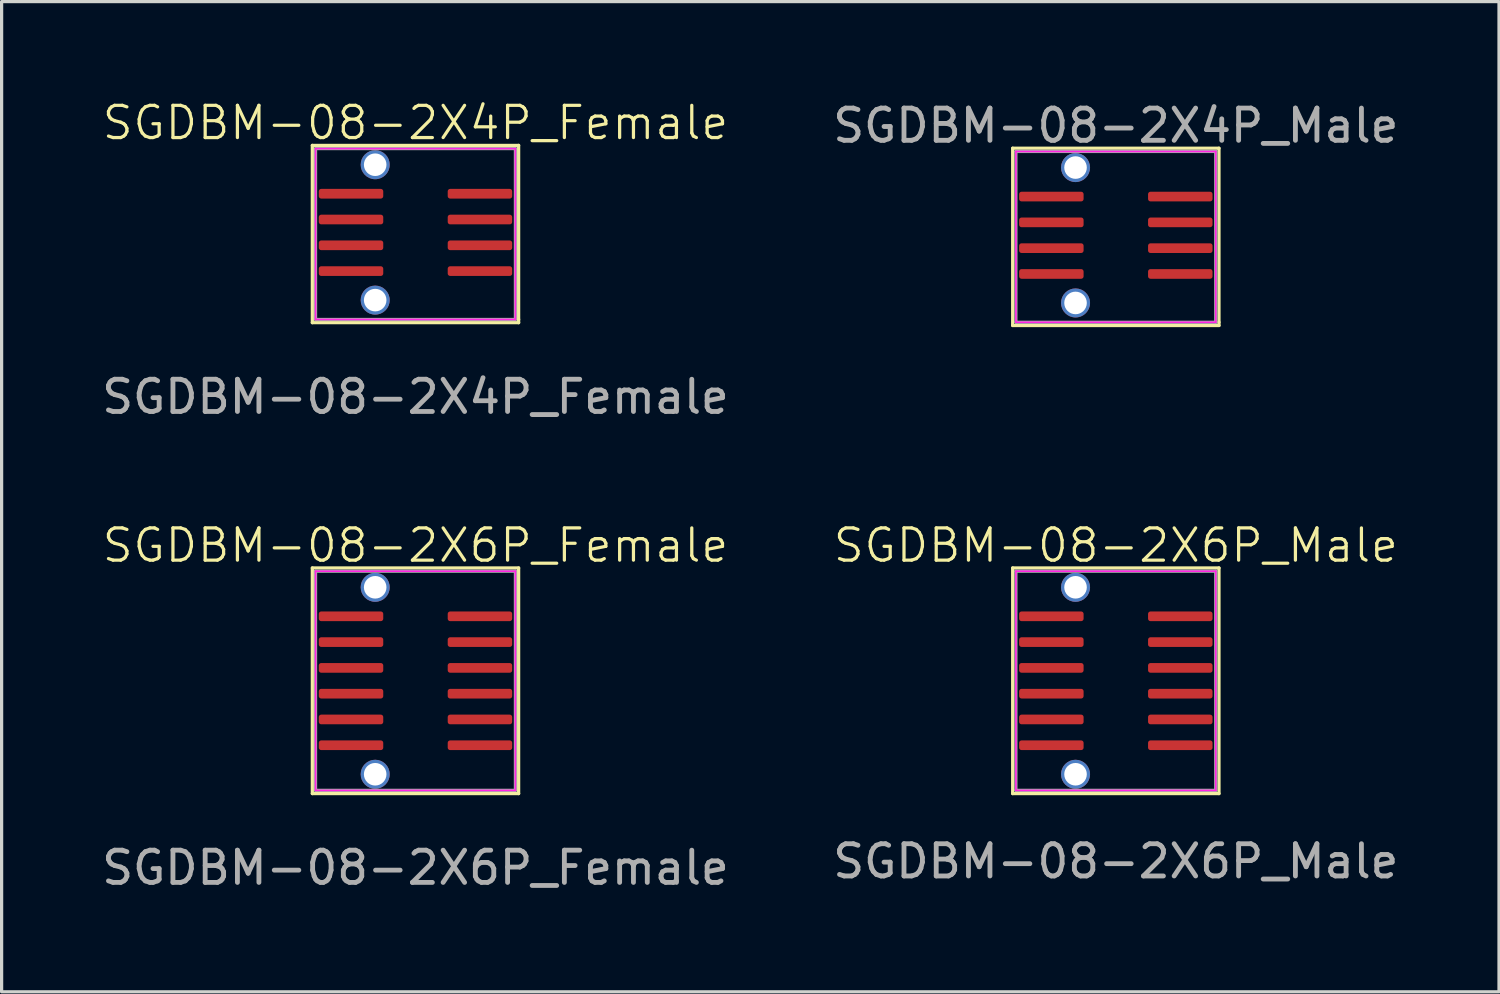
<source format=kicad_pcb>
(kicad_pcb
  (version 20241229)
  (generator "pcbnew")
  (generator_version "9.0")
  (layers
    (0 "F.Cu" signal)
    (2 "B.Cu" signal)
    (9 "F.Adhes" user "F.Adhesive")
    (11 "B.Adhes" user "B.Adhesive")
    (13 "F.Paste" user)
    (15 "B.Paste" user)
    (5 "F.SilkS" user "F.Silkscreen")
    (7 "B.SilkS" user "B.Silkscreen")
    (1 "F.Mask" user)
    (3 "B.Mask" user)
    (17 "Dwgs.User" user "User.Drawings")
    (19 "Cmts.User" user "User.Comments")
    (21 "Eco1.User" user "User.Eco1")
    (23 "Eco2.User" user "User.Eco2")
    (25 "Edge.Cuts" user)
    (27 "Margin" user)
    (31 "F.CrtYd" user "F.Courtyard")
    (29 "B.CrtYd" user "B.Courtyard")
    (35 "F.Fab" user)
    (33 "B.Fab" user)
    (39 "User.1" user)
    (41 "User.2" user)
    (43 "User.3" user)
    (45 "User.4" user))
  (footprint "SGDBM-08-2X4P_Female"
    (layer "F.Cu")
    (at 9.839 4.16)
    (property "Reference" "SGDBM-08-2X4P_Female" (at 0 -3.4 0) (unlocked yes) (layer "F.SilkS") (effects (font (size 1 1) (thickness 0.1))))
    (attr smd)
    (fp_line (start -3.2 -2.7) (end -3.2 2.8) (stroke (width 0.1) (type default)) (layer "F.SilkS"))
    (fp_line (start -3.2 2.8) (end 3.2 2.8) (stroke (width 0.1) (type default)) (layer "F.SilkS"))
    (fp_line (start 3.2 -2.7) (end -3.2 -2.7) (stroke (width 0.1) (type default)) (layer "F.SilkS"))
    (fp_line (start 3.2 2.7) (end 3.2 -2.7) (stroke (width 0.1) (type default)) (layer "F.SilkS"))
    (fp_line (start 3.2 2.8) (end 3.2 2.7) (stroke (width 0.1) (type default)) (layer "F.SilkS"))
    (fp_line (start -3.1 -2.6) (end -3.1 2.7) (stroke (width 0.05) (type default)) (layer "F.CrtYd"))
    (fp_line (start -3.1 2.7) (end 3.1 2.7) (stroke (width 0.05) (type default)) (layer "F.CrtYd"))
    (fp_line (start 3.1 -2.6) (end -3.1 -2.6) (stroke (width 0.05) (type default)) (layer "F.CrtYd"))
    (fp_line (start 3.1 2.7) (end 3.1 -2.6) (stroke (width 0.05) (type default)) (layer "F.CrtYd"))
    (fp_line (start -3.1 -2.6) (end -3.1 2.7) (stroke (width 0.1) (type default)) (layer "F.Fab"))
    (fp_line (start -3.1 -2.6) (end 3.1 -2.6) (stroke (width 0.1) (type default)) (layer "F.Fab"))
    (fp_line (start -3.1 2.7) (end 3.1 2.7) (stroke (width 0.1) (type default)) (layer "F.Fab"))
    (fp_line (start 3.1 2.7) (end 3.1 -2.6) (stroke (width 0.1) (type default)) (layer "F.Fab"))
    (fp_text user "${REFERENCE}" (at 0 5.1 0) (unlocked yes) (layer "F.Fab") (effects (font (size 1 1) (thickness 0.15))))
    (pad "" np_thru_hole circle (at -1.25 -2.1) (size 0.9 0.9) (drill 0.7) (layers "*.Cu" "*.Mask"))
    (pad "" np_thru_hole circle (at -1.25 2.1) (size 0.9 0.9) (drill 0.7) (layers "*.Cu" "*.Mask"))
    (pad "1" smd roundrect (at -2 -1.2) (size 2 0.3) (layers "F.Cu" "F.Mask" "F.Paste") (roundrect_rratio 0.25))
    (pad "2" smd roundrect (at 2 -1.2) (size 2 0.3) (layers "F.Cu" "F.Mask" "F.Paste") (roundrect_rratio 0.25))
    (pad "3" smd roundrect (at -2 -0.4) (size 2 0.3) (layers "F.Cu" "F.Mask" "F.Paste") (roundrect_rratio 0.25))
    (pad "4" smd roundrect (at 2 -0.4) (size 2 0.3) (layers "F.Cu" "F.Mask" "F.Paste") (roundrect_rratio 0.25))
    (pad "5" smd roundrect (at -2 0.4) (size 2 0.3) (layers "F.Cu" "F.Mask" "F.Paste") (roundrect_rratio 0.25))
    (pad "6" smd roundrect (at 2 0.4) (size 2 0.3) (layers "F.Cu" "F.Mask" "F.Paste") (roundrect_rratio 0.25))
    (pad "7" smd roundrect (at -2 1.2) (size 2 0.3) (layers "F.Cu" "F.Mask" "F.Paste") (roundrect_rratio 0.25))
    (pad "8" smd roundrect (at 2 1.2) (size 2 0.3) (layers "F.Cu" "F.Mask" "F.Paste") (roundrect_rratio 0.25)))
  (footprint "SGDBM-08-2X4P_Male"
    (layer "F.Cu")
    (at 31.565 4.248)
    (property "Reference" "SGDBM-08-2X4P_Male" (at 0 -3.4 0) (unlocked yes) (layer "F.SilkS") (effects (font (size 1 1) (thickness 0.1))))
    (attr smd)
    (fp_line (start -3.2 -2.7) (end -3.2 2.8) (stroke (width 0.1) (type default)) (layer "F.SilkS"))
    (fp_line (start -3.2 2.8) (end 3.2 2.8) (stroke (width 0.1) (type default)) (layer "F.SilkS"))
    (fp_line (start 3.2 -2.7) (end -3.2 -2.7) (stroke (width 0.1) (type default)) (layer "F.SilkS"))
    (fp_line (start 3.2 2.7) (end 3.2 -2.7) (stroke (width 0.1) (type default)) (layer "F.SilkS"))
    (fp_line (start 3.2 2.8) (end 3.2 2.7) (stroke (width 0.1) (type default)) (layer "F.SilkS"))
    (fp_line (start -3.1 -2.6) (end -3.1 2.7) (stroke (width 0.05) (type default)) (layer "F.CrtYd"))
    (fp_line (start -3.1 2.7) (end 3.1 2.7) (stroke (width 0.05) (type default)) (layer "F.CrtYd"))
    (fp_line (start 3.1 -2.6) (end -3.1 -2.6) (stroke (width 0.05) (type default)) (layer "F.CrtYd"))
    (fp_line (start 3.1 2.7) (end 3.1 -2.6) (stroke (width 0.05) (type default)) (layer "F.CrtYd"))
    (fp_line (start -3.1 -2.6) (end -3.1 2.7) (stroke (width 0.1) (type default)) (layer "F.Fab"))
    (fp_line (start -3.1 -2.6) (end 3.1 -2.6) (stroke (width 0.1) (type default)) (layer "F.Fab"))
    (fp_line (start -3.1 2.7) (end 3.1 2.7) (stroke (width 0.1) (type default)) (layer "F.Fab"))
    (fp_line (start 3.1 2.7) (end 3.1 -2.6) (stroke (width 0.1) (type default)) (layer "F.Fab"))
    (fp_text user "${REFERENCE}" (at 0 -3.4 0) (unlocked yes) (layer "F.Fab") (effects (font (size 1 1) (thickness 0.15))))
    (pad "" np_thru_hole circle (at -1.25 -2.1) (size 0.9 0.9) (drill 0.7) (layers "*.Cu" "*.Mask"))
    (pad "" np_thru_hole circle (at -1.25 2.1) (size 0.9 0.9) (drill 0.7) (layers "*.Cu" "*.Mask"))
    (pad "1" smd roundrect (at -2 -1.2) (size 2 0.3) (layers "F.Cu" "F.Mask" "F.Paste") (roundrect_rratio 0.25))
    (pad "2" smd roundrect (at 2 -1.2) (size 2 0.3) (layers "F.Cu" "F.Mask" "F.Paste") (roundrect_rratio 0.25))
    (pad "3" smd roundrect (at -2 -0.4) (size 2 0.3) (layers "F.Cu" "F.Mask" "F.Paste") (roundrect_rratio 0.25))
    (pad "4" smd roundrect (at 2 -0.4) (size 2 0.3) (layers "F.Cu" "F.Mask" "F.Paste") (roundrect_rratio 0.25))
    (pad "5" smd roundrect (at -2 0.4) (size 2 0.3) (layers "F.Cu" "F.Mask" "F.Paste") (roundrect_rratio 0.25))
    (pad "6" smd roundrect (at 2 0.4) (size 2 0.3) (layers "F.Cu" "F.Mask" "F.Paste") (roundrect_rratio 0.25))
    (pad "7" smd roundrect (at -2 1.2) (size 2 0.3) (layers "F.Cu" "F.Mask" "F.Paste") (roundrect_rratio 0.25))
    (pad "8" smd roundrect (at 2 1.2) (size 2 0.3) (layers "F.Cu" "F.Mask" "F.Paste") (roundrect_rratio 0.25)))
  (footprint "SGDBM-08-2X6P_Female"
    (layer "F.Cu")
    (at 9.839 18.069)
    (property "Reference" "SGDBM-08-2X6P_Female" (at 0 -4.2 0) (unlocked yes) (layer "F.SilkS") (effects (font (size 1 1) (thickness 0.1))))
    (attr smd)
    (fp_line (start -3.2 -3.5) (end -3.2 3.5) (stroke (width 0.1) (type default)) (layer "F.SilkS"))
    (fp_line (start 3.2 -3.5) (end -3.2 -3.5) (stroke (width 0.1) (type default)) (layer "F.SilkS"))
    (fp_line (start 3.2 3.5) (end -3.2 3.5) (stroke (width 0.1) (type default)) (layer "F.SilkS"))
    (fp_line (start 3.2 3.5) (end 3.2 -3.5) (stroke (width 0.1) (type default)) (layer "F.SilkS"))
    (fp_line (start -3.1 -3.4) (end -3.1 3.4) (stroke (width 0.05) (type default)) (layer "F.CrtYd"))
    (fp_line (start -3.1 3.4) (end 3.1 3.4) (stroke (width 0.05) (type default)) (layer "F.CrtYd"))
    (fp_line (start 3.1 -3.4) (end -3.1 -3.4) (stroke (width 0.05) (type default)) (layer "F.CrtYd"))
    (fp_line (start 3.1 3.4) (end 3.1 -3.4) (stroke (width 0.05) (type default)) (layer "F.CrtYd"))
    (fp_line (start -3.1 -3.4) (end -3.1 3.4) (stroke (width 0.1) (type default)) (layer "F.Fab"))
    (fp_line (start -3.1 -3.4) (end 3.1 -3.4) (stroke (width 0.1) (type default)) (layer "F.Fab"))
    (fp_line (start 3.1 3.4) (end -3.1 3.4) (stroke (width 0.1) (type default)) (layer "F.Fab"))
    (fp_line (start 3.1 3.4) (end 3.1 -3.4) (stroke (width 0.1) (type default)) (layer "F.Fab"))
    (fp_text user "${REFERENCE}" (at 0 5.8 0) (unlocked yes) (layer "F.Fab") (effects (font (size 1 1) (thickness 0.15))))
    (pad "" np_thru_hole circle (at -1.25 -2.9) (size 0.9 0.9) (drill 0.7) (layers "*.Cu" "*.Mask"))
    (pad "" np_thru_hole circle (at -1.25 2.9) (size 0.9 0.9) (drill 0.7) (layers "*.Cu" "*.Mask"))
    (pad "1" smd roundrect (at -2 -2) (size 2 0.3) (layers "F.Cu" "F.Mask" "F.Paste") (roundrect_rratio 0.25))
    (pad "2" smd roundrect (at 2 -2) (size 2 0.3) (layers "F.Cu" "F.Mask" "F.Paste") (roundrect_rratio 0.25))
    (pad "3" smd roundrect (at -2 -1.2) (size 2 0.3) (layers "F.Cu" "F.Mask" "F.Paste") (roundrect_rratio 0.25))
    (pad "4" smd roundrect (at 2 -1.2) (size 2 0.3) (layers "F.Cu" "F.Mask" "F.Paste") (roundrect_rratio 0.25))
    (pad "5" smd roundrect (at -2 -0.4) (size 2 0.3) (layers "F.Cu" "F.Mask" "F.Paste") (roundrect_rratio 0.25))
    (pad "6" smd roundrect (at 2 -0.4) (size 2 0.3) (layers "F.Cu" "F.Mask" "F.Paste") (roundrect_rratio 0.25))
    (pad "7" smd roundrect (at -2 0.4) (size 2 0.3) (layers "F.Cu" "F.Mask" "F.Paste") (roundrect_rratio 0.25))
    (pad "8" smd roundrect (at 2 0.4) (size 2 0.3) (layers "F.Cu" "F.Mask" "F.Paste") (roundrect_rratio 0.25))
    (pad "9" smd roundrect (at -2 1.2) (size 2 0.3) (layers "F.Cu" "F.Mask" "F.Paste") (roundrect_rratio 0.25))
    (pad "10" smd roundrect (at 2 1.2) (size 2 0.3) (layers "F.Cu" "F.Mask" "F.Paste") (roundrect_rratio 0.25))
    (pad "11" smd roundrect (at -2 2) (size 2 0.3) (layers "F.Cu" "F.Mask" "F.Paste") (roundrect_rratio 0.25))
    (pad "12" smd roundrect (at 2 2) (size 2 0.3) (layers "F.Cu" "F.Mask" "F.Paste") (roundrect_rratio 0.25)))
  (footprint "SGDBM-08-2X6P_Male"
    (layer "F.Cu")
    (at 31.565 18.069)
    (property "Reference" "SGDBM-08-2X6P_Male" (at 0 -4.2 0) (unlocked yes) (layer "F.SilkS") (effects (font (size 1 1) (thickness 0.1))))
    (attr smd)
    (fp_line (start -3.2 -3.5) (end -3.2 3.5) (stroke (width 0.1) (type default)) (layer "F.SilkS"))
    (fp_line (start 3.2 -3.5) (end -3.2 -3.5) (stroke (width 0.1) (type default)) (layer "F.SilkS"))
    (fp_line (start 3.2 3.5) (end -3.2 3.5) (stroke (width 0.1) (type default)) (layer "F.SilkS"))
    (fp_line (start 3.2 3.5) (end 3.2 -3.5) (stroke (width 0.1) (type default)) (layer "F.SilkS"))
    (fp_line (start -3.1 -3.4) (end -3.1 3.4) (stroke (width 0.05) (type default)) (layer "F.CrtYd"))
    (fp_line (start -3.1 3.4) (end 3.1 3.4) (stroke (width 0.05) (type default)) (layer "F.CrtYd"))
    (fp_line (start 3.1 -3.4) (end -3.1 -3.4) (stroke (width 0.05) (type default)) (layer "F.CrtYd"))
    (fp_line (start 3.1 3.4) (end 3.1 -3.4) (stroke (width 0.05) (type default)) (layer "F.CrtYd"))
    (fp_line (start -3.1 -3.4) (end -3.1 3.4) (stroke (width 0.1) (type default)) (layer "F.Fab"))
    (fp_line (start -3.1 -3.4) (end 3.1 -3.4) (stroke (width 0.1) (type default)) (layer "F.Fab"))
    (fp_line (start 3.1 3.4) (end -3.1 3.4) (stroke (width 0.1) (type default)) (layer "F.Fab"))
    (fp_line (start 3.1 3.4) (end 3.1 -3.4) (stroke (width 0.1) (type default)) (layer "F.Fab"))
    (fp_text user "${REFERENCE}" (at 0 5.6 0) (unlocked yes) (layer "F.Fab") (effects (font (size 1 1) (thickness 0.15))))
    (pad "" np_thru_hole circle (at -1.25 -2.9) (size 0.9 0.9) (drill 0.7) (layers "*.Cu" "*.Mask"))
    (pad "" np_thru_hole circle (at -1.25 2.9) (size 0.9 0.9) (drill 0.7) (layers "*.Cu" "*.Mask"))
    (pad "1" smd roundrect (at -2 -2) (size 2 0.3) (layers "F.Cu" "F.Mask" "F.Paste") (roundrect_rratio 0.25))
    (pad "2" smd roundrect (at 2 -2) (size 2 0.3) (layers "F.Cu" "F.Mask" "F.Paste") (roundrect_rratio 0.25))
    (pad "3" smd roundrect (at -2 -1.2) (size 2 0.3) (layers "F.Cu" "F.Mask" "F.Paste") (roundrect_rratio 0.25))
    (pad "4" smd roundrect (at 2 -1.2) (size 2 0.3) (layers "F.Cu" "F.Mask" "F.Paste") (roundrect_rratio 0.25))
    (pad "5" smd roundrect (at -2 -0.4) (size 2 0.3) (layers "F.Cu" "F.Mask" "F.Paste") (roundrect_rratio 0.25))
    (pad "6" smd roundrect (at 2 -0.4) (size 2 0.3) (layers "F.Cu" "F.Mask" "F.Paste") (roundrect_rratio 0.25))
    (pad "7" smd roundrect (at -2 0.4) (size 2 0.3) (layers "F.Cu" "F.Mask" "F.Paste") (roundrect_rratio 0.25))
    (pad "8" smd roundrect (at 2 0.4) (size 2 0.3) (layers "F.Cu" "F.Mask" "F.Paste") (roundrect_rratio 0.25))
    (pad "9" smd roundrect (at -2 1.2) (size 2 0.3) (layers "F.Cu" "F.Mask" "F.Paste") (roundrect_rratio 0.25))
    (pad "10" smd roundrect (at 2 1.2) (size 2 0.3) (layers "F.Cu" "F.Mask" "F.Paste") (roundrect_rratio 0.25))
    (pad "11" smd roundrect (at -2 2) (size 2 0.3) (layers "F.Cu" "F.Mask" "F.Paste") (roundrect_rratio 0.25))
    (pad "12" smd roundrect (at 2 2) (size 2 0.3) (layers "F.Cu" "F.Mask" "F.Paste") (roundrect_rratio 0.25)))
  (gr_rect
    (start -3 -3)
    (end 43.452 27.718)
    (stroke (width 0.1) (type default))
    (fill no)
    (layer "Edge.Cuts")))
</source>
